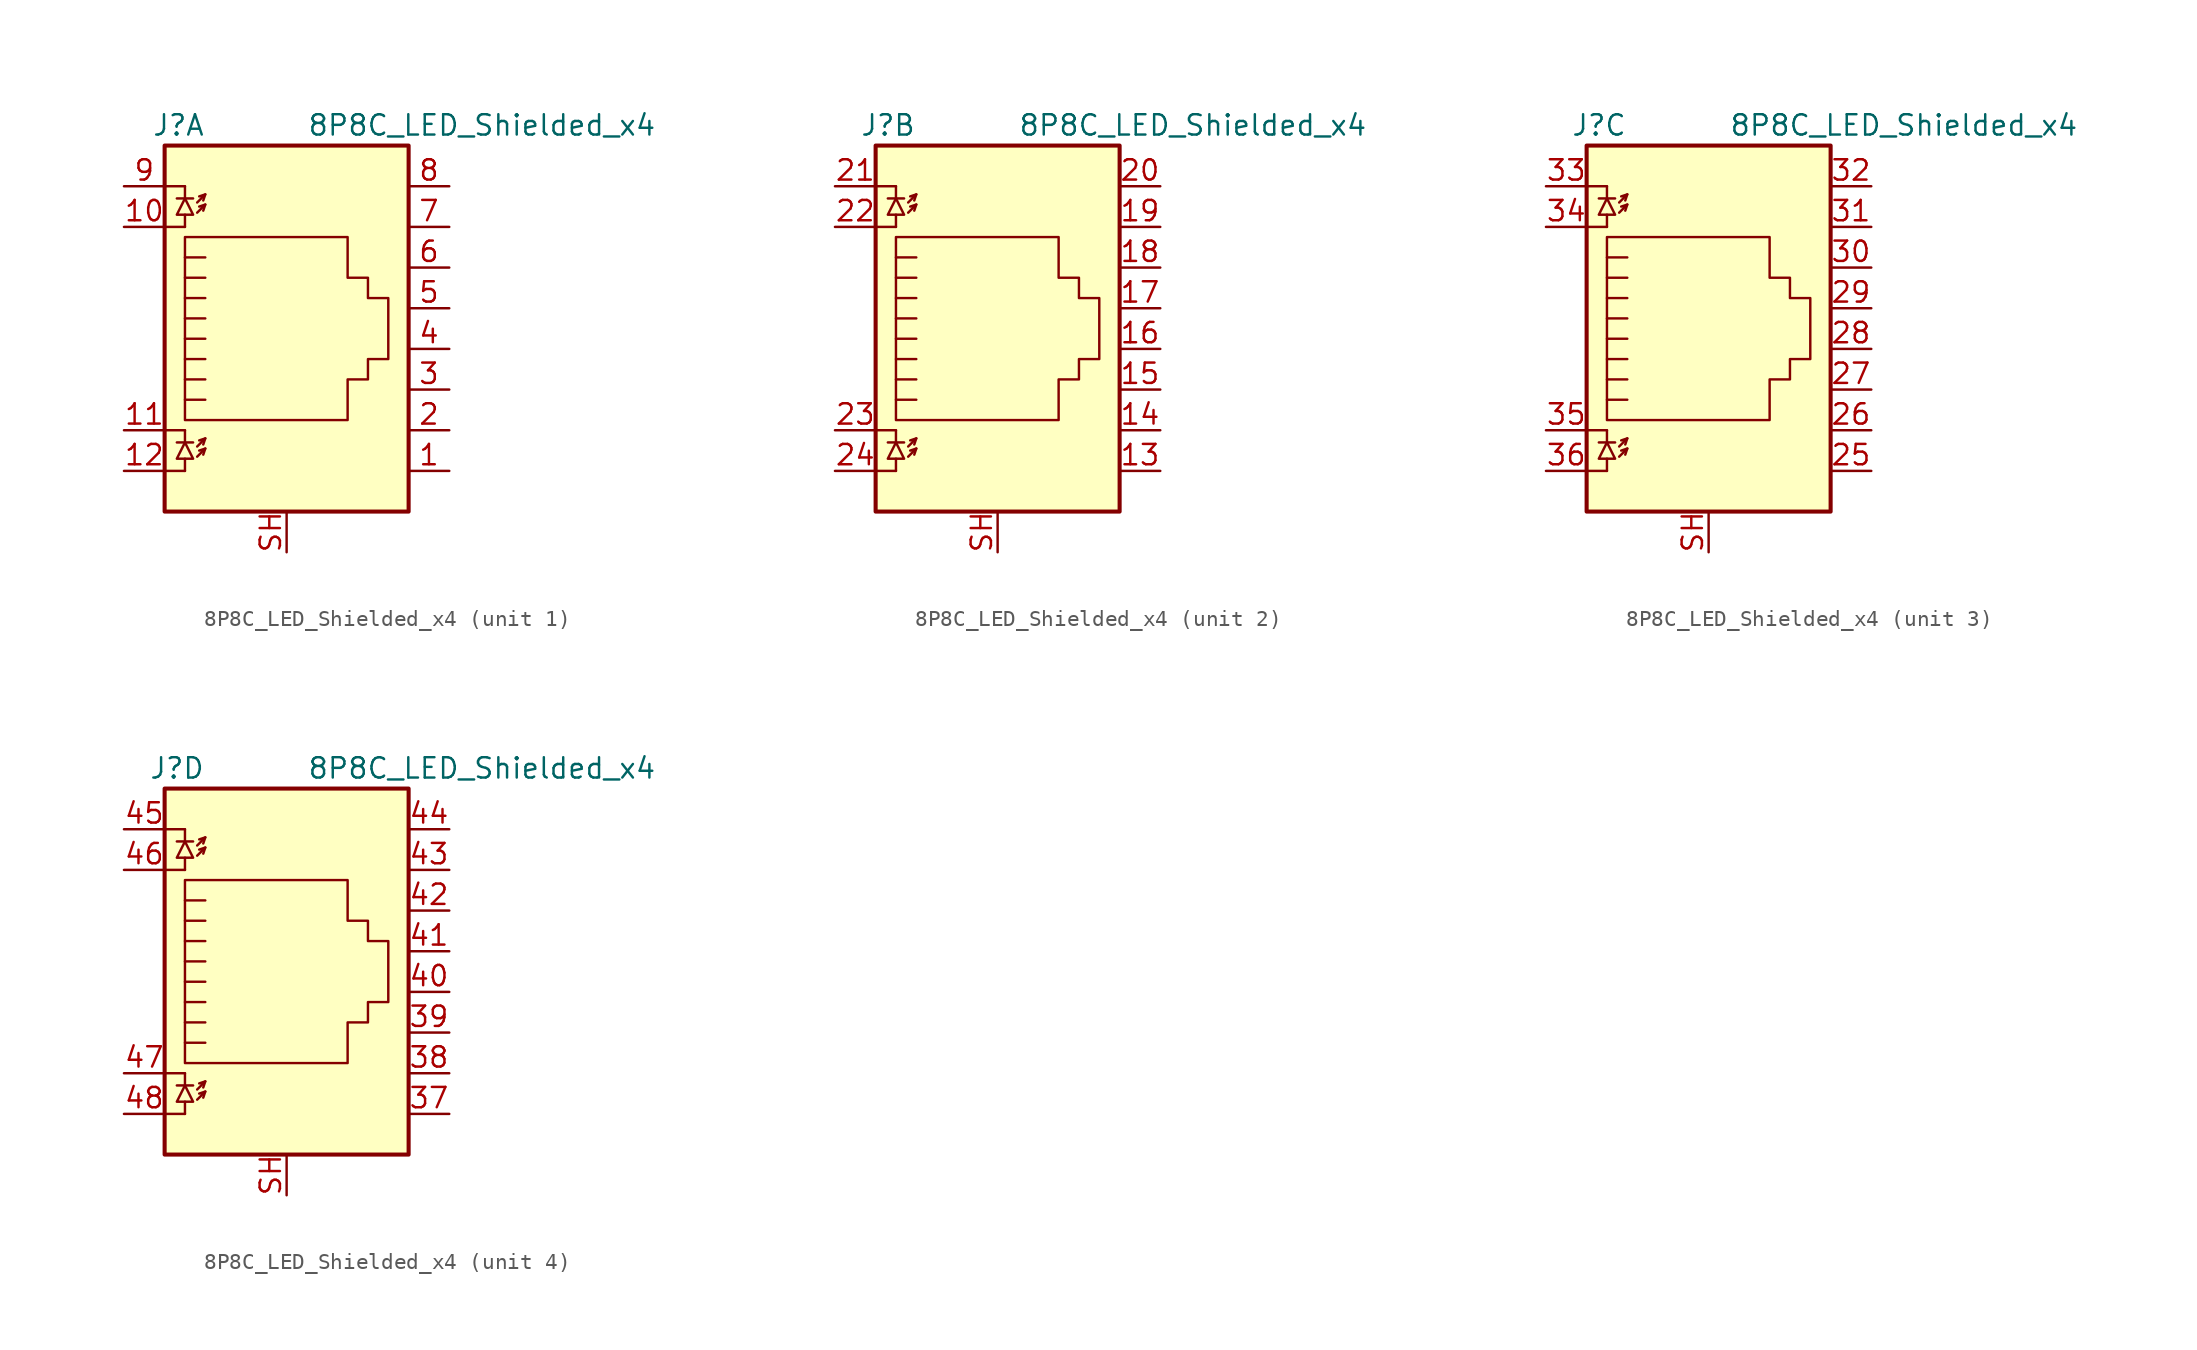
<source format=kicad_sym>
(kicad_symbol_lib
  (version 20231120)
  (generator "kicad_symbol_editor")
  (generator_version "8.0")
  (symbol "8P8C_LED_Shielded_x4"
    (property "Reference" "J"
      (at -5.08 13.97 0)
      (effects (font (size 1.27 1.27)) (justify right)))
    (property "Value" "8P8C_LED_Shielded_x4"
      (at 1.27 13.97 0)
      (effects (font (size 1.27 1.27)) (justify left)))
    (symbol "8P8C_LED_Shielded_x4_0_1"
      (polyline (pts (xy -7.62 -7.62) (xy -6.35 -7.62)) (stroke (width 0) (type default)) (fill (type none)))
      (polyline (pts (xy -7.62 -5.08) (xy -6.35 -5.08)) (stroke (width 0) (type default)) (fill (type none)))
      (polyline (pts (xy -7.62 7.62) (xy -6.35 7.62)) (stroke (width 0) (type default)) (fill (type none)))
      (polyline (pts (xy -7.62 10.16) (xy -6.35 10.16)) (stroke (width 0) (type default)) (fill (type none)))
      (polyline (pts (xy -6.858 -5.842) (xy -5.842 -5.842)) (stroke (width 0) (type default)) (fill (type none)))
      (polyline (pts (xy -6.858 9.398) (xy -5.842 9.398)) (stroke (width 0) (type default)) (fill (type none)))
      (polyline (pts (xy -6.35 -7.62) (xy -6.35 -6.858)) (stroke (width 0) (type default)) (fill (type none)))
      (polyline (pts (xy -6.35 -5.08) (xy -6.35 -5.842)) (stroke (width 0) (type default)) (fill (type none)))
      (polyline (pts (xy -6.35 7.62) (xy -6.35 8.382)) (stroke (width 0) (type default)) (fill (type none)))
      (polyline (pts (xy -6.35 10.16) (xy -6.35 9.398)) (stroke (width 0) (type default)) (fill (type none)))
      (polyline (pts (xy -5.08 -6.223) (xy -5.207 -6.604)) (stroke (width 0) (type default)) (fill (type none)))
      (polyline (pts (xy -5.08 -5.588) (xy -5.207 -5.969)) (stroke (width 0) (type default)) (fill (type none)))
      (polyline (pts (xy -5.08 4.445) (xy -6.35 4.445)) (stroke (width 0) (type default)) (fill (type none)))
      (polyline (pts (xy -5.08 5.715) (xy -6.35 5.715)) (stroke (width 0) (type default)) (fill (type none)))
      (polyline (pts (xy -5.08 9.017) (xy -5.207 8.636)) (stroke (width 0) (type default)) (fill (type none)))
      (polyline (pts (xy -5.08 9.652) (xy -5.207 9.271)) (stroke (width 0) (type default)) (fill (type none)))
      (polyline (pts (xy -6.35 -3.175) (xy -5.08 -3.175) (xy -5.08 -3.175)) (stroke (width 0) (type default)) (fill (type none)))
      (polyline (pts (xy -6.35 -1.905) (xy -5.08 -1.905) (xy -5.08 -1.905)) (stroke (width 0) (type default)) (fill (type none)))
      (polyline (pts (xy -6.35 -0.635) (xy -5.08 -0.635) (xy -5.08 -0.635)) (stroke (width 0) (type default)) (fill (type none)))
      (polyline (pts (xy -6.35 0.635) (xy -5.08 0.635) (xy -5.08 0.635)) (stroke (width 0) (type default)) (fill (type none)))
      (polyline (pts (xy -6.35 1.905) (xy -5.08 1.905) (xy -5.08 1.905)) (stroke (width 0) (type default)) (fill (type none)))
      (polyline (pts (xy -5.588 -6.731) (xy -5.08 -6.223) (xy -5.461 -6.35)) (stroke (width 0) (type default)) (fill (type none)))
      (polyline (pts (xy -5.588 -6.096) (xy -5.08 -5.588) (xy -5.461 -5.715)) (stroke (width 0) (type default)) (fill (type none)))
      (polyline (pts (xy -5.588 8.509) (xy -5.08 9.017) (xy -5.461 8.89)) (stroke (width 0) (type default)) (fill (type none)))
      (polyline (pts (xy -5.588 9.144) (xy -5.08 9.652) (xy -5.461 9.525)) (stroke (width 0) (type default)) (fill (type none)))
      (polyline (pts (xy -5.08 3.175) (xy -6.35 3.175) (xy -6.35 3.175)) (stroke (width 0) (type default)) (fill (type none)))
      (polyline (pts (xy -6.35 -5.842) (xy -6.858 -6.858) (xy -5.842 -6.858) (xy -6.35 -5.842)) (stroke (width 0) (type default)) (fill (type none)))
      (polyline (pts (xy -6.35 9.398) (xy -6.858 8.382) (xy -5.842 8.382) (xy -6.35 9.398)) (stroke (width 0) (type default)) (fill (type none)))
      (polyline (pts (xy -6.35 -4.445) (xy -6.35 6.985) (xy 3.81 6.985) (xy 3.81 4.445) (xy 5.08 4.445) (xy 5.08 3.175) (xy 6.35 3.175) (xy 6.35 -0.635) (xy 5.08 -0.635) (xy 5.08 -1.905) (xy 3.81 -1.905) (xy 3.81 -4.445) (xy -6.35 -4.445) (xy -6.35 -4.445)) (stroke (width 0) (type default)) (fill (type none)))
      (rectangle (start 7.62 12.7) (end -7.62 -10.16) (stroke (width 0.254) (type default)) (fill (type background))))
    (symbol "8P8C_LED_Shielded_x4_1_1"
      (pin passive line (at 10.16 -7.62 180) (length 2.54) (name "~" (effects (font (size 1.27 1.27)))) (number "1" (effects (font (size 1.27 1.27)))))
      (pin passive line (at -10.16 7.62 0) (length 2.54) (name "~" (effects (font (size 1.27 1.27)))) (number "10" (effects (font (size 1.27 1.27)))))
      (pin passive line (at -10.16 -5.08 0) (length 2.54) (name "~" (effects (font (size 1.27 1.27)))) (number "11" (effects (font (size 1.27 1.27)))))
      (pin passive line (at -10.16 -7.62 0) (length 2.54) (name "~" (effects (font (size 1.27 1.27)))) (number "12" (effects (font (size 1.27 1.27)))))
      (pin passive line (at 10.16 -5.08 180) (length 2.54) (name "~" (effects (font (size 1.27 1.27)))) (number "2" (effects (font (size 1.27 1.27)))))
      (pin passive line (at 10.16 -2.54 180) (length 2.54) (name "~" (effects (font (size 1.27 1.27)))) (number "3" (effects (font (size 1.27 1.27)))))
      (pin passive line (at 10.16 0 180) (length 2.54) (name "~" (effects (font (size 1.27 1.27)))) (number "4" (effects (font (size 1.27 1.27)))))
      (pin passive line (at 10.16 2.54 180) (length 2.54) (name "~" (effects (font (size 1.27 1.27)))) (number "5" (effects (font (size 1.27 1.27)))))
      (pin passive line (at 10.16 5.08 180) (length 2.54) (name "~" (effects (font (size 1.27 1.27)))) (number "6" (effects (font (size 1.27 1.27)))))
      (pin passive line (at 10.16 7.62 180) (length 2.54) (name "~" (effects (font (size 1.27 1.27)))) (number "7" (effects (font (size 1.27 1.27)))))
      (pin passive line (at 10.16 10.16 180) (length 2.54) (name "~" (effects (font (size 1.27 1.27)))) (number "8" (effects (font (size 1.27 1.27)))))
      (pin passive line (at -10.16 10.16 0) (length 2.54) (name "~" (effects (font (size 1.27 1.27)))) (number "9" (effects (font (size 1.27 1.27)))))
      (pin passive line (at 0 -12.7 90) (length 2.54) (name "~" (effects (font (size 1.27 1.27)))) (number "SH" (effects (font (size 1.27 1.27))))))
    (symbol "8P8C_LED_Shielded_x4_2_1"
      (pin passive line (at 10.16 -7.62 180) (length 2.54) (name "~" (effects (font (size 1.27 1.27)))) (number "13" (effects (font (size 1.27 1.27)))))
      (pin passive line (at 10.16 -5.08 180) (length 2.54) (name "~" (effects (font (size 1.27 1.27)))) (number "14" (effects (font (size 1.27 1.27)))))
      (pin passive line (at 10.16 -2.54 180) (length 2.54) (name "~" (effects (font (size 1.27 1.27)))) (number "15" (effects (font (size 1.27 1.27)))))
      (pin passive line (at 10.16 0 180) (length 2.54) (name "~" (effects (font (size 1.27 1.27)))) (number "16" (effects (font (size 1.27 1.27)))))
      (pin passive line (at 10.16 2.54 180) (length 2.54) (name "~" (effects (font (size 1.27 1.27)))) (number "17" (effects (font (size 1.27 1.27)))))
      (pin passive line (at 10.16 5.08 180) (length 2.54) (name "~" (effects (font (size 1.27 1.27)))) (number "18" (effects (font (size 1.27 1.27)))))
      (pin passive line (at 10.16 7.62 180) (length 2.54) (name "~" (effects (font (size 1.27 1.27)))) (number "19" (effects (font (size 1.27 1.27)))))
      (pin passive line (at 10.16 10.16 180) (length 2.54) (name "~" (effects (font (size 1.27 1.27)))) (number "20" (effects (font (size 1.27 1.27)))))
      (pin passive line (at -10.16 10.16 0) (length 2.54) (name "~" (effects (font (size 1.27 1.27)))) (number "21" (effects (font (size 1.27 1.27)))))
      (pin passive line (at -10.16 7.62 0) (length 2.54) (name "~" (effects (font (size 1.27 1.27)))) (number "22" (effects (font (size 1.27 1.27)))))
      (pin passive line (at -10.16 -5.08 0) (length 2.54) (name "~" (effects (font (size 1.27 1.27)))) (number "23" (effects (font (size 1.27 1.27)))))
      (pin passive line (at -10.16 -7.62 0) (length 2.54) (name "~" (effects (font (size 1.27 1.27)))) (number "24" (effects (font (size 1.27 1.27)))))
      (pin passive line (at 0 -12.7 90) (length 2.54) (name "~" (effects (font (size 1.27 1.27)))) (number "SH" (effects (font (size 1.27 1.27))))))
    (symbol "8P8C_LED_Shielded_x4_3_1"
      (pin passive line (at 10.16 -7.62 180) (length 2.54) (name "~" (effects (font (size 1.27 1.27)))) (number "25" (effects (font (size 1.27 1.27)))))
      (pin passive line (at 10.16 -5.08 180) (length 2.54) (name "~" (effects (font (size 1.27 1.27)))) (number "26" (effects (font (size 1.27 1.27)))))
      (pin passive line (at 10.16 -2.54 180) (length 2.54) (name "~" (effects (font (size 1.27 1.27)))) (number "27" (effects (font (size 1.27 1.27)))))
      (pin passive line (at 10.16 0 180) (length 2.54) (name "~" (effects (font (size 1.27 1.27)))) (number "28" (effects (font (size 1.27 1.27)))))
      (pin passive line (at 10.16 2.54 180) (length 2.54) (name "~" (effects (font (size 1.27 1.27)))) (number "29" (effects (font (size 1.27 1.27)))))
      (pin passive line (at 10.16 5.08 180) (length 2.54) (name "~" (effects (font (size 1.27 1.27)))) (number "30" (effects (font (size 1.27 1.27)))))
      (pin passive line (at 10.16 7.62 180) (length 2.54) (name "~" (effects (font (size 1.27 1.27)))) (number "31" (effects (font (size 1.27 1.27)))))
      (pin passive line (at 10.16 10.16 180) (length 2.54) (name "~" (effects (font (size 1.27 1.27)))) (number "32" (effects (font (size 1.27 1.27)))))
      (pin passive line (at -10.16 10.16 0) (length 2.54) (name "~" (effects (font (size 1.27 1.27)))) (number "33" (effects (font (size 1.27 1.27)))))
      (pin passive line (at -10.16 7.62 0) (length 2.54) (name "~" (effects (font (size 1.27 1.27)))) (number "34" (effects (font (size 1.27 1.27)))))
      (pin passive line (at -10.16 -5.08 0) (length 2.54) (name "~" (effects (font (size 1.27 1.27)))) (number "35" (effects (font (size 1.27 1.27)))))
      (pin passive line (at -10.16 -7.62 0) (length 2.54) (name "~" (effects (font (size 1.27 1.27)))) (number "36" (effects (font (size 1.27 1.27)))))
      (pin passive line (at 0 -12.7 90) (length 2.54) (name "~" (effects (font (size 1.27 1.27)))) (number "SH" (effects (font (size 1.27 1.27))))))
    (symbol "8P8C_LED_Shielded_x4_4_1"
      (pin passive line (at 10.16 -7.62 180) (length 2.54) (name "~" (effects (font (size 1.27 1.27)))) (number "37" (effects (font (size 1.27 1.27)))))
      (pin passive line (at 10.16 -5.08 180) (length 2.54) (name "~" (effects (font (size 1.27 1.27)))) (number "38" (effects (font (size 1.27 1.27)))))
      (pin passive line (at 10.16 -2.54 180) (length 2.54) (name "~" (effects (font (size 1.27 1.27)))) (number "39" (effects (font (size 1.27 1.27)))))
      (pin passive line (at 10.16 0 180) (length 2.54) (name "~" (effects (font (size 1.27 1.27)))) (number "40" (effects (font (size 1.27 1.27)))))
      (pin passive line (at 10.16 2.54 180) (length 2.54) (name "~" (effects (font (size 1.27 1.27)))) (number "41" (effects (font (size 1.27 1.27)))))
      (pin passive line (at 10.16 5.08 180) (length 2.54) (name "~" (effects (font (size 1.27 1.27)))) (number "42" (effects (font (size 1.27 1.27)))))
      (pin passive line (at 10.16 7.62 180) (length 2.54) (name "~" (effects (font (size 1.27 1.27)))) (number "43" (effects (font (size 1.27 1.27)))))
      (pin passive line (at 10.16 10.16 180) (length 2.54) (name "~" (effects (font (size 1.27 1.27)))) (number "44" (effects (font (size 1.27 1.27)))))
      (pin passive line (at -10.16 10.16 0) (length 2.54) (name "~" (effects (font (size 1.27 1.27)))) (number "45" (effects (font (size 1.27 1.27)))))
      (pin passive line (at -10.16 7.62 0) (length 2.54) (name "~" (effects (font (size 1.27 1.27)))) (number "46" (effects (font (size 1.27 1.27)))))
      (pin passive line (at -10.16 -5.08 0) (length 2.54) (name "~" (effects (font (size 1.27 1.27)))) (number "47" (effects (font (size 1.27 1.27)))))
      (pin passive line (at -10.16 -7.62 0) (length 2.54) (name "~" (effects (font (size 1.27 1.27)))) (number "48" (effects (font (size 1.27 1.27)))))
      (pin passive line (at 0 -12.7 90) (length 2.54) (name "~" (effects (font (size 1.27 1.27)))) (number "SH" (effects (font (size 1.27 1.27))))))))
</source>
